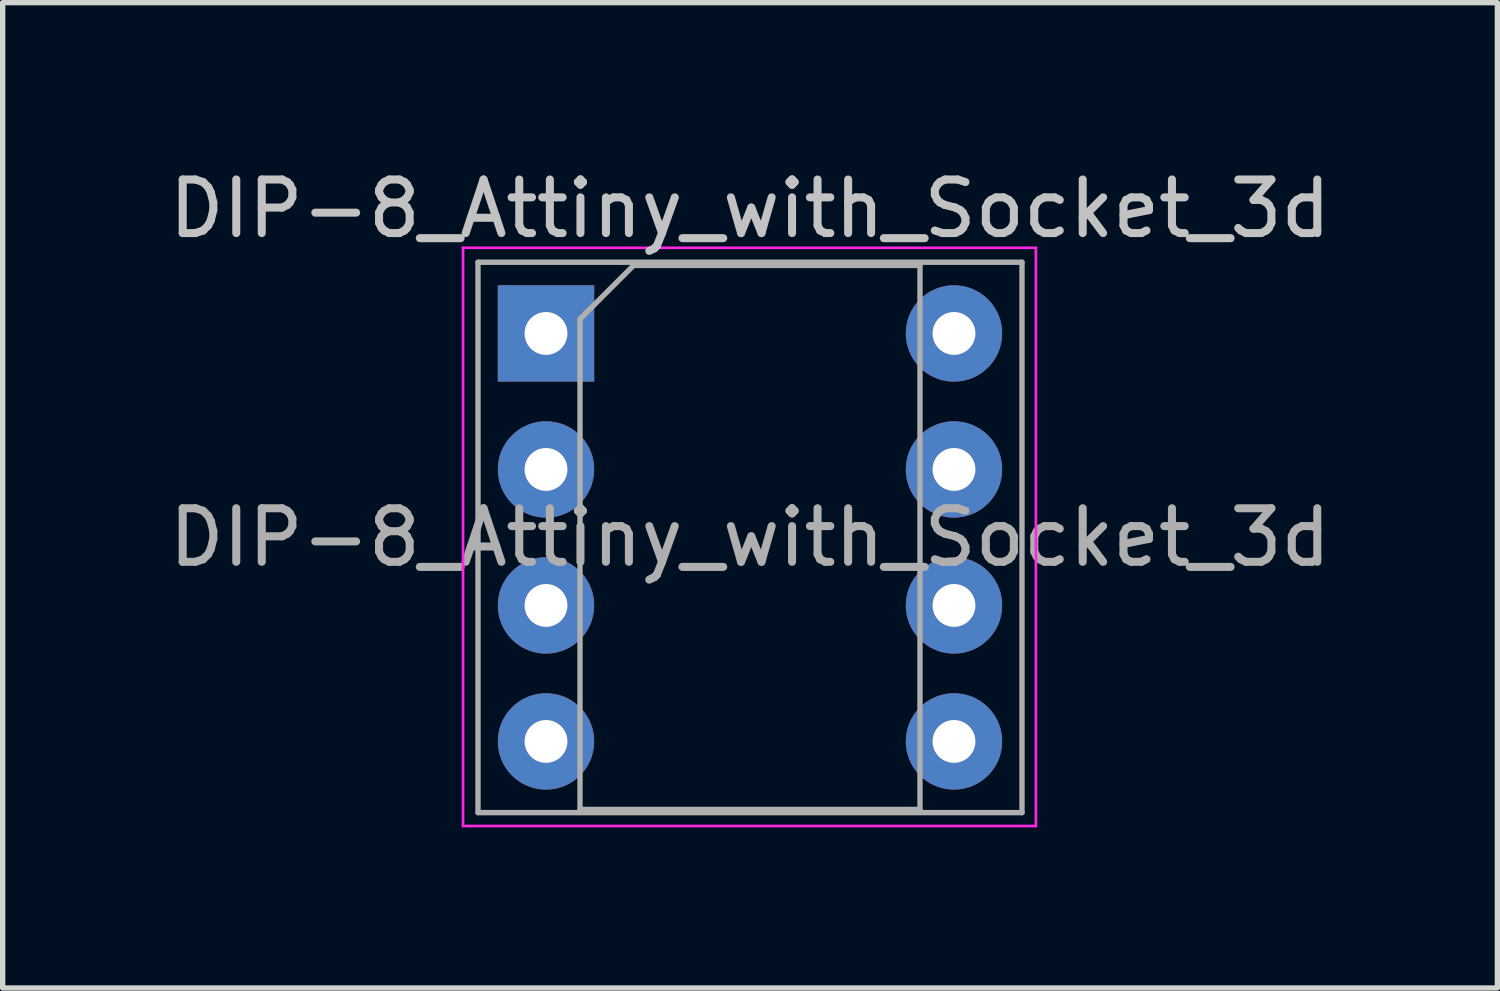
<source format=kicad_pcb>
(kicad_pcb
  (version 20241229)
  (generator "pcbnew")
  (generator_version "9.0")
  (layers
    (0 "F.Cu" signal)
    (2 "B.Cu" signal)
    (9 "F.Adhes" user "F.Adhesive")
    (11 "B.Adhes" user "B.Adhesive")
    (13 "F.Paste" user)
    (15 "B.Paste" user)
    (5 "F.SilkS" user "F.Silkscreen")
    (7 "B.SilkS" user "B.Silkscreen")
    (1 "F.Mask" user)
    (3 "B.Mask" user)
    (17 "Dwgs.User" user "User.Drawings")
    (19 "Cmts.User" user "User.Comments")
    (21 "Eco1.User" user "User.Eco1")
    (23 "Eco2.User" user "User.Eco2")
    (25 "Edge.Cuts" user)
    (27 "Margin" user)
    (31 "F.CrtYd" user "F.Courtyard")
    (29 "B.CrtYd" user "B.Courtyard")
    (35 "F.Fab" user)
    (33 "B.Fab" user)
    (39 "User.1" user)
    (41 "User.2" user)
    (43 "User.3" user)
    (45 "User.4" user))
  (footprint "DIP-8_Attiny_with_Socket_3d"
    (layer "F.Cu")
    (at 7.148 3.178)
    (property "Reference" "DIP-8_Attiny_with_Socket_3d" (at 3.81 -2.33 0) (layer "Dwgs.User") (effects (font (size 1 1) (thickness 0.15))))
    (attr through_hole)
    (fp_line (start -1.55 -1.6) (end -1.55 9.2) (stroke (width 0.05) (type solid)) (layer "F.CrtYd"))
    (fp_line (start -1.55 9.2) (end 9.15 9.2) (stroke (width 0.05) (type solid)) (layer "F.CrtYd"))
    (fp_line (start 9.15 -1.6) (end -1.55 -1.6) (stroke (width 0.05) (type solid)) (layer "F.CrtYd"))
    (fp_line (start 9.15 9.2) (end 9.15 -1.6) (stroke (width 0.05) (type solid)) (layer "F.CrtYd"))
    (fp_line (start -1.27 -1.33) (end -1.27 8.95) (stroke (width 0.1) (type solid)) (layer "F.Fab"))
    (fp_line (start -1.27 8.95) (end 8.89 8.95) (stroke (width 0.1) (type solid)) (layer "F.Fab"))
    (fp_line (start 0.635 -0.27) (end 1.635 -1.27) (stroke (width 0.1) (type solid)) (layer "F.Fab"))
    (fp_line (start 0.635 8.89) (end 0.635 -0.27) (stroke (width 0.1) (type solid)) (layer "F.Fab"))
    (fp_line (start 1.635 -1.27) (end 6.985 -1.27) (stroke (width 0.1) (type solid)) (layer "F.Fab"))
    (fp_line (start 6.985 -1.27) (end 6.985 8.89) (stroke (width 0.1) (type solid)) (layer "F.Fab"))
    (fp_line (start 6.985 8.89) (end 0.635 8.89) (stroke (width 0.1) (type solid)) (layer "F.Fab"))
    (fp_line (start 8.89 -1.33) (end -1.27 -1.33) (stroke (width 0.1) (type solid)) (layer "F.Fab"))
    (fp_line (start 8.89 8.95) (end 8.89 -1.33) (stroke (width 0.1) (type solid)) (layer "F.Fab"))
    (fp_text user "${REFERENCE}" (at 3.81 3.81 0) (layer "F.Fab") (effects (font (size 1 1) (thickness 0.15))))
    (pad "1" thru_hole rect (at 0 0) (size 1.8 1.8) (drill 0.8) (layers "*.Cu" "*.Mask"))
    (pad "2" thru_hole oval (at 0 2.54) (size 1.8 1.8) (drill 0.8) (layers "*.Cu" "*.Mask"))
    (pad "3" thru_hole oval (at 0 5.08) (size 1.8 1.8) (drill 0.8) (layers "*.Cu" "*.Mask"))
    (pad "4" thru_hole oval (at 0 7.62) (size 1.8 1.8) (drill 0.8) (layers "*.Cu" "*.Mask"))
    (pad "5" thru_hole oval (at 7.62 7.62) (size 1.8 1.8) (drill 0.8) (layers "*.Cu" "*.Mask"))
    (pad "6" thru_hole oval (at 7.62 5.08) (size 1.8 1.8) (drill 0.8) (layers "*.Cu" "*.Mask"))
    (pad "7" thru_hole oval (at 7.62 2.54) (size 1.8 1.8) (drill 0.8) (layers "*.Cu" "*.Mask"))
    (pad "8" thru_hole oval (at 7.62 0) (size 1.8 1.8) (drill 0.8) (layers "*.Cu" "*.Mask")))
  (gr_rect
    (start -3 -3)
    (end 24.917 15.403)
    (stroke (width 0.1) (type default))
    (fill no)
    (layer "Edge.Cuts")))
</source>
